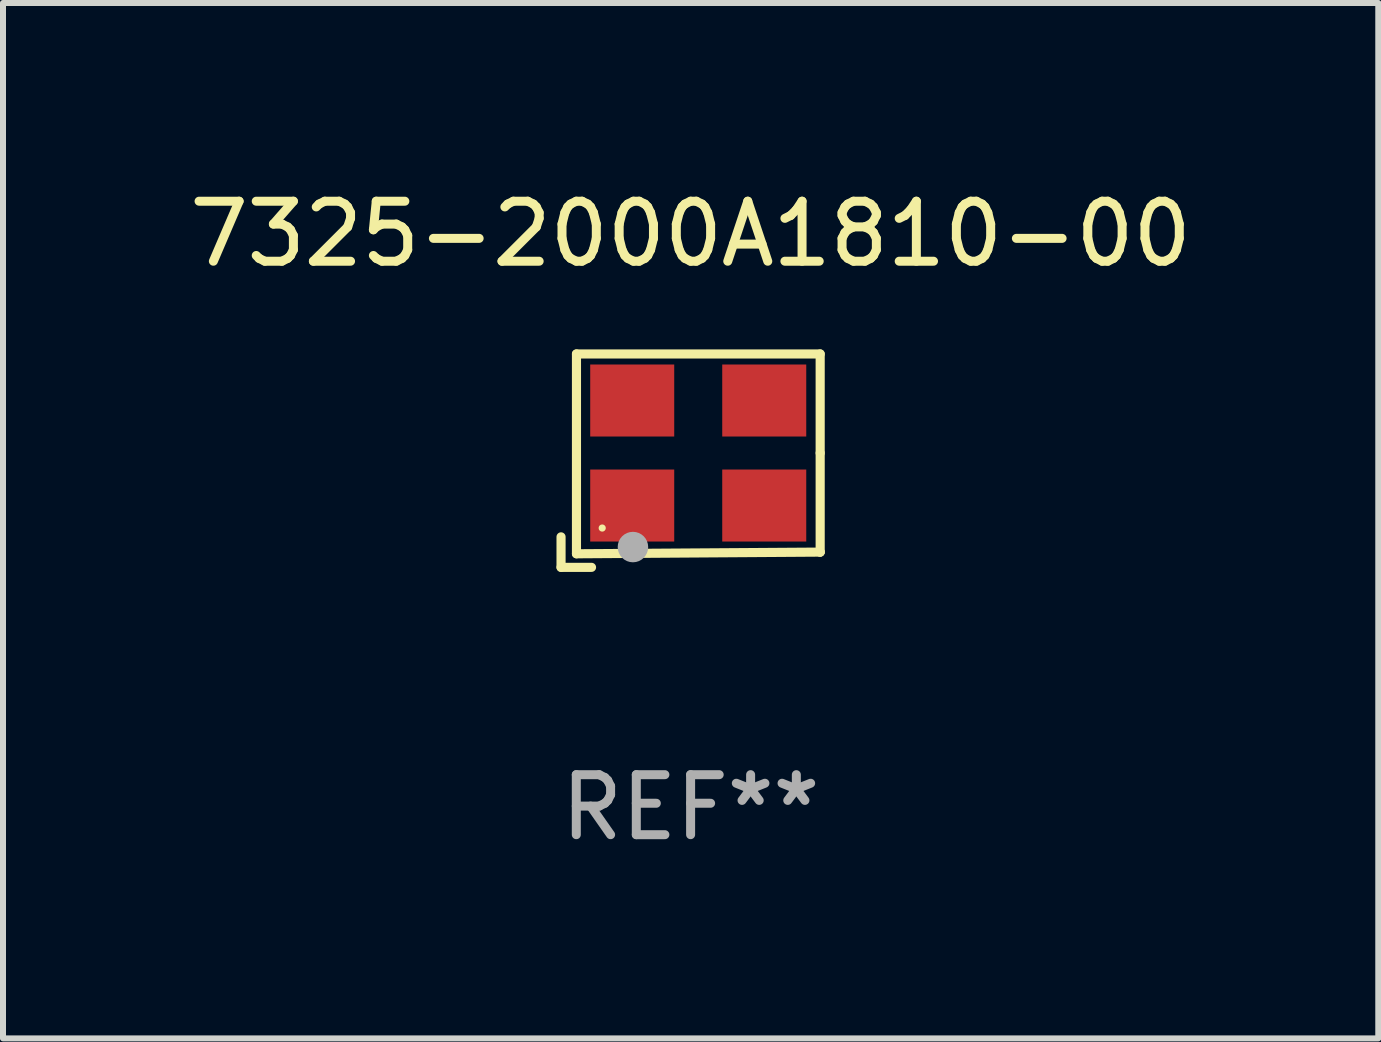
<source format=kicad_pcb>
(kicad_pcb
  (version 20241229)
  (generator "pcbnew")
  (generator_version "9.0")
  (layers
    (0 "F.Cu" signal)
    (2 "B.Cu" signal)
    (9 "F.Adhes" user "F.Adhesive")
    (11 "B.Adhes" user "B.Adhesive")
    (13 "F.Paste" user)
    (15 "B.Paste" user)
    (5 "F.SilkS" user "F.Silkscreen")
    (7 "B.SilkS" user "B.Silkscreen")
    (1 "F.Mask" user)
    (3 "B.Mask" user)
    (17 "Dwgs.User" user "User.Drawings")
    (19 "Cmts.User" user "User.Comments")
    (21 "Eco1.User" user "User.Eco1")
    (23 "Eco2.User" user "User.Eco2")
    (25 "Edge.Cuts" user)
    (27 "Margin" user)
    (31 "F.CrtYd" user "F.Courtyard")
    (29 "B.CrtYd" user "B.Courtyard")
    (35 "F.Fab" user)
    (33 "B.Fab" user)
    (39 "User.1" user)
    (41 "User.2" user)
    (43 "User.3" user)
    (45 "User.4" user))
  (footprint "7325-2000A1810-00"
    (layer "F.Cu")
    (at 8.458 4.626)
    (property "Reference" "7325-2000A1810-00" (at 0 -3.778 0) (layer "F.SilkS") (effects (font (size 1 1) (thickness 0.15))))
    (attr through_hole)
    (fp_line (start -2.159 1.27) (end -2.159 1.778) (stroke (width 0.152) (type solid)) (layer "F.SilkS"))
    (fp_line (start -2.159 1.778) (end -1.651 1.778) (stroke (width 0.152) (type solid)) (layer "F.SilkS"))
    (fp_line (start -1.902 -1.778) (end 2.159 -1.778) (stroke (width 0.152) (type solid)) (layer "F.SilkS"))
    (fp_line (start -1.902 1.552) (end -1.902 -1.778) (stroke (width 0.152) (type solid)) (layer "F.SilkS"))
    (fp_line (start 2.159 -1.778) (end 2.159 -0.127) (stroke (width 0.152) (type solid)) (layer "F.SilkS"))
    (fp_line (start 2.159 -0.127) (end 2.159 1.524) (stroke (width 0.152) (type solid)) (layer "F.SilkS"))
    (fp_line (start 2.159 1.524) (end -1.902 1.552) (stroke (width 0.152) (type solid)) (layer "F.SilkS"))
    (fp_line (start 2.159 1.524) (end 2.159 1.524) (stroke (width 0.152) (type solid)) (layer "F.SilkS"))
    (fp_circle (center -1.473 1.123) (end -1.443 1.123) (stroke (width 0.06) (type solid)) (fill no) (layer "F.SilkS"))
    (fp_circle (center -0.961 1.44) (end -0.834 1.44) (stroke (width 0.254) (type solid)) (fill no) (layer "F.Fab"))
    (fp_text user "REF**" (at 0 5.778 0) (layer "F.Fab") (effects (font (size 1 1) (thickness 0.15))))
    (pad "1" smd rect (at -0.973 0.748) (size 1.4 1.2) (layers "F.Cu" "F.Mask" "F.Paste"))
    (pad "2" smd rect (at 1.227 0.748) (size 1.4 1.2) (layers "F.Cu" "F.Mask" "F.Paste"))
    (pad "3" smd rect (at 1.227 -1.002) (size 1.4 1.2) (layers "F.Cu" "F.Mask" "F.Paste"))
    (pad "4" smd rect (at -0.973 -1.002) (size 1.4 1.2) (layers "F.Cu" "F.Mask" "F.Paste")))
  (gr_rect
    (start -3 -3)
    (end 19.917 14.253)
    (stroke (width 0.1) (type default))
    (fill no)
    (layer "Edge.Cuts")))
</source>
